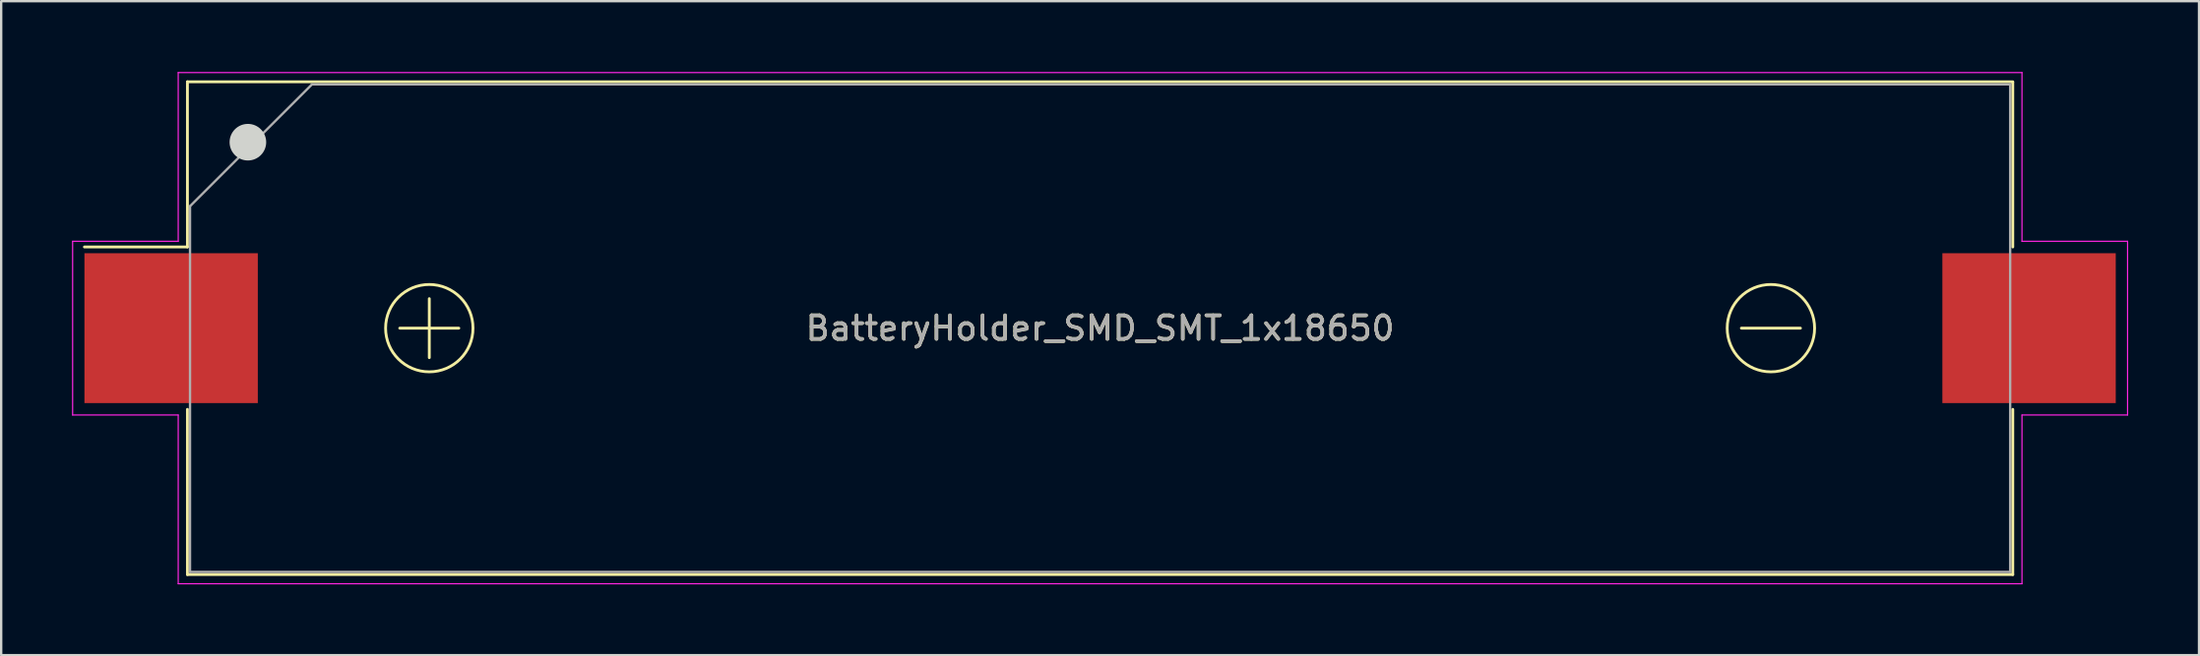
<source format=kicad_pcb>
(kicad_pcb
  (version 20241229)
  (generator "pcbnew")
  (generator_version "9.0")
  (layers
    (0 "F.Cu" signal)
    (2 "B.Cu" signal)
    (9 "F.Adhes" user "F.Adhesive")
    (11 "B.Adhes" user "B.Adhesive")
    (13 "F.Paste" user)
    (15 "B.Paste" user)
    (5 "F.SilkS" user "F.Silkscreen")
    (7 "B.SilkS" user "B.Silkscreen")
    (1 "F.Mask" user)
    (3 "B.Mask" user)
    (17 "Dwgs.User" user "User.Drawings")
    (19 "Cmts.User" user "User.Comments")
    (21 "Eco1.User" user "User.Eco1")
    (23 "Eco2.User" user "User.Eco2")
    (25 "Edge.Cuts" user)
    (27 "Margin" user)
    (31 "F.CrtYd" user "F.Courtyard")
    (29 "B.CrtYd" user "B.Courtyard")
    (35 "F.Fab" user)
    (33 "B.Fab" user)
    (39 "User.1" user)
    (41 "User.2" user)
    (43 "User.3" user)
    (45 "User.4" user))
  (footprint "BatteryHolder_SMD_SMT_1x18650"
    (layer "F.Cu")
    (at 43.525 10.855)
    (property "Reference" "BatteryHolder_SMD_SMT_1x18650" (at 0 0 0) (layer "F.SilkS") (effects (font (size 1 1) (thickness 0.15))))
    (attr smd)
    (fp_line (start -38.64 -10.44) (end -38.64 -3.44) (stroke (width 0.12) (type solid)) (layer "F.SilkS"))
    (fp_line (start -38.64 -3.44) (end -43 -3.44) (stroke (width 0.12) (type solid)) (layer "F.SilkS"))
    (fp_line (start -38.64 10.44) (end -38.64 3.44) (stroke (width 0.12) (type solid)) (layer "F.SilkS"))
    (fp_line (start -29.65 0) (end -27.15 0) (stroke (width 0.12) (type solid)) (layer "F.SilkS"))
    (fp_line (start -28.4 1.25) (end -28.4 -1.25) (stroke (width 0.12) (type solid)) (layer "F.SilkS"))
    (fp_line (start 29.65 0) (end 27.15 0) (stroke (width 0.12) (type solid)) (layer "F.SilkS"))
    (fp_line (start 38.64 -10.44) (end -38.64 -10.44) (stroke (width 0.12) (type solid)) (layer "F.SilkS"))
    (fp_line (start 38.64 -3.44) (end 38.64 -10.42) (stroke (width 0.12) (type solid)) (layer "F.SilkS"))
    (fp_line (start 38.64 3.44) (end 38.64 10.44) (stroke (width 0.12) (type solid)) (layer "F.SilkS"))
    (fp_line (start 38.64 10.44) (end -38.64 10.44) (stroke (width 0.12) (type solid)) (layer "F.SilkS"))
    (fp_circle (center -28.4 0) (end -28.38 -1.85) (stroke (width 0.12) (type solid)) (fill no) (layer "F.SilkS"))
    (fp_circle (center 28.4 0) (end 28.42 -1.85) (stroke (width 0.12) (type solid)) (fill no) (layer "F.SilkS"))
    (fp_circle (center -36.08 -7.88) (end -35.33 -7.88) (stroke (width 0.05) (type solid)) (fill yes) (layer "Edge.Cuts"))
    (fp_line (start -43.5 -3.68) (end -39.03 -3.68) (stroke (width 0.05) (type solid)) (layer "F.CrtYd"))
    (fp_line (start -43.5 3.68) (end -43.5 -3.68) (stroke (width 0.05) (type solid)) (layer "F.CrtYd"))
    (fp_line (start -39.03 -10.83) (end -39.03 -3.68) (stroke (width 0.05) (type solid)) (layer "F.CrtYd"))
    (fp_line (start -39.03 -10.83) (end 39.03 -10.83) (stroke (width 0.05) (type solid)) (layer "F.CrtYd"))
    (fp_line (start -39.03 3.68) (end -43.5 3.68) (stroke (width 0.05) (type solid)) (layer "F.CrtYd"))
    (fp_line (start -39.03 10.83) (end -39.03 3.68) (stroke (width 0.05) (type solid)) (layer "F.CrtYd"))
    (fp_line (start -39.03 10.83) (end 39.03 10.83) (stroke (width 0.05) (type solid)) (layer "F.CrtYd"))
    (fp_line (start 39.03 -10.83) (end 39.03 -3.68) (stroke (width 0.05) (type solid)) (layer "F.CrtYd"))
    (fp_line (start 39.03 3.68) (end 43.5 3.68) (stroke (width 0.05) (type solid)) (layer "F.CrtYd"))
    (fp_line (start 39.03 10.83) (end 39.03 3.68) (stroke (width 0.05) (type solid)) (layer "F.CrtYd"))
    (fp_line (start 43.5 -3.68) (end 39.03 -3.68) (stroke (width 0.05) (type solid)) (layer "F.CrtYd"))
    (fp_line (start 43.5 3.68) (end 43.5 -3.68) (stroke (width 0.05) (type solid)) (layer "F.CrtYd"))
    (fp_line (start -38.53 -5.168) (end -38.53 10.33) (stroke (width 0.1) (type solid)) (layer "F.Fab"))
    (fp_line (start -38.53 10.33) (end 38.53 10.33) (stroke (width 0.1) (type solid)) (layer "F.Fab"))
    (fp_line (start -33.367 -10.33) (end -38.53 -5.168) (stroke (width 0.1) (type solid)) (layer "F.Fab"))
    (fp_line (start -33.367 -10.33) (end 38.53 -10.33) (stroke (width 0.1) (type solid)) (layer "F.Fab"))
    (fp_line (start 38.53 -10.33) (end 38.53 10.33) (stroke (width 0.1) (type solid)) (layer "F.Fab"))
    (fp_text user "${REFERENCE}" (at 0 0 0) (layer "F.Fab") (effects (font (size 1 1) (thickness 0.15))))
    (pad "1" smd rect (at -39.33 0) (size 7.34 6.35) (layers "F.Cu" "F.Mask" "F.Paste"))
    (pad "2" smd rect (at 39.33 0) (size 7.34 6.35) (layers "F.Cu" "F.Mask" "F.Paste")))
  (gr_rect
    (start -3 -3)
    (end 90.05 24.71)
    (stroke (width 0.1) (type default))
    (fill no)
    (layer "Edge.Cuts")))
</source>
